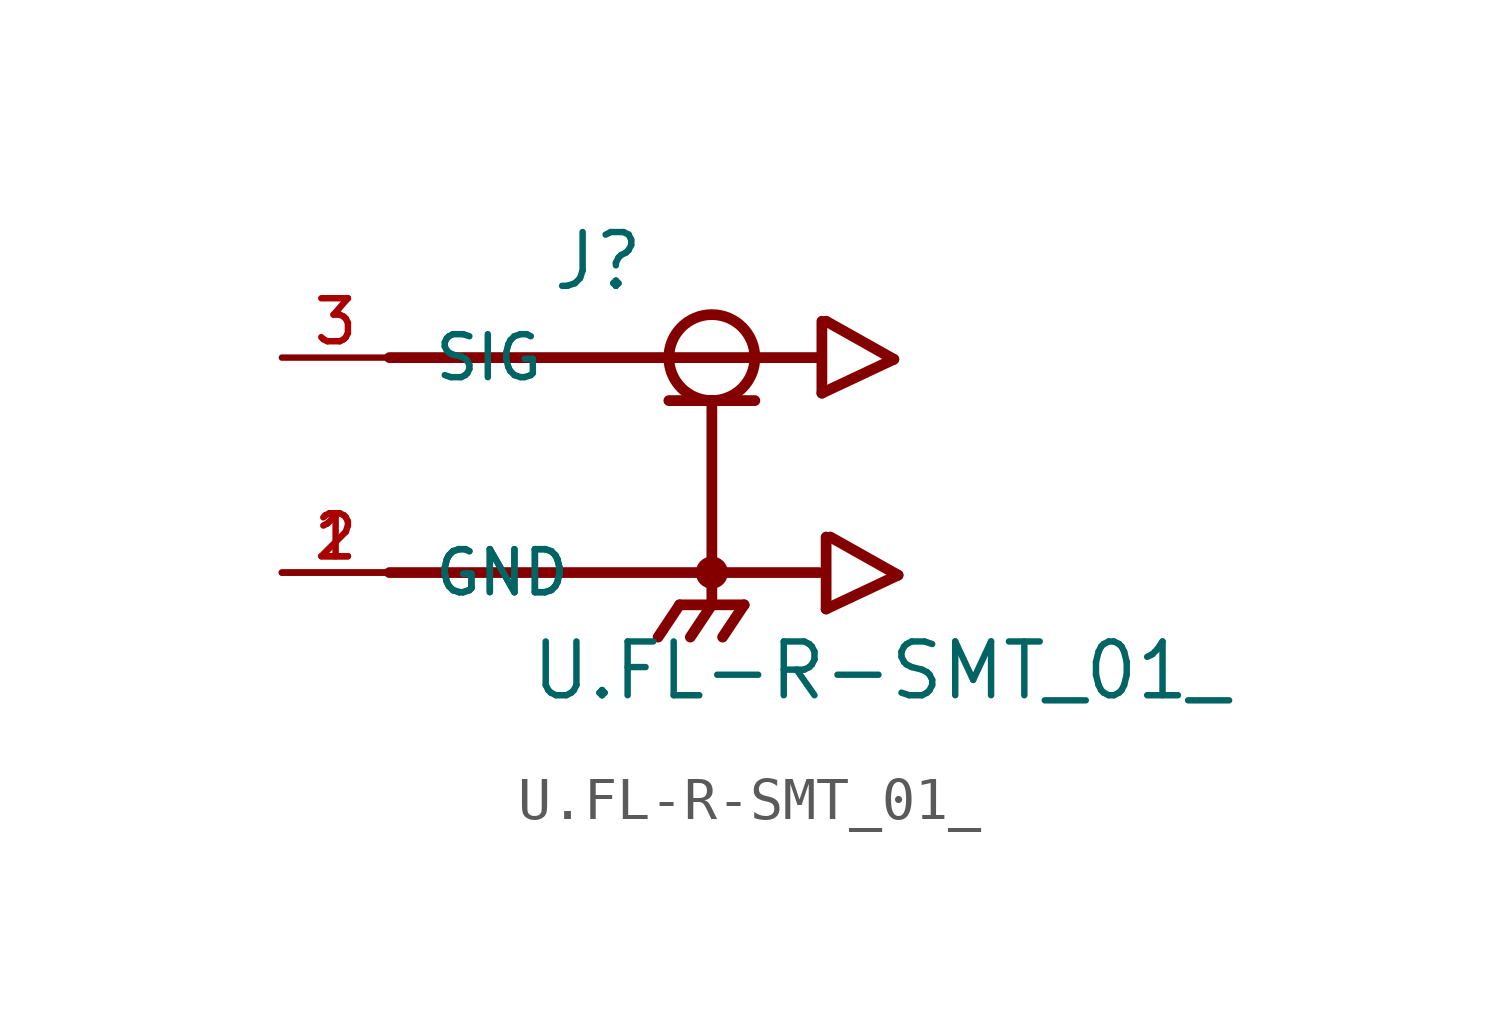
<source format=kicad_sym>
(kicad_symbol_lib
  (version 20211014)
  (generator kicad_symbol_editor)
  (symbol "U.FL-R-SMT_01_"
    (pin_names
      (offset 1.016))
    (property "Reference" "J"
      (at -3.819 4.073 0)
      (effects (font (size 1.27 1.27)) (justify bottom left)))
    (property "Value" "U.FL-R-SMT_01_"
      (at -4.328 -5.601 0)
      (effects (font (size 1.27 1.27)) (justify bottom left)))
    (symbol "U.FL-R-SMT_01__0_0"
      (circle (center 0.0 2.54) (radius 1.016) (stroke (width 0.254)) (fill (type none)))
      (polyline (pts (xy -1.016 1.524) (xy 0.0 1.524)) (stroke (width 0.254)))
      (polyline (pts (xy 0.0 1.524) (xy 1.016 1.524)) (stroke (width 0.254)))
      (polyline (pts (xy 0.0 1.524) (xy 0.0 -2.54)) (stroke (width 0.254)))
      (circle (center 0.0 -2.54) (radius 0.254) (stroke (width 0.254)) (fill (type none)))
      (polyline (pts (xy -7.62 2.54) (xy 2.54 2.54)) (stroke (width 0.254)))
      (polyline (pts (xy 2.54 -2.54) (xy 0.0 -2.54)) (stroke (width 0.254)))
      (polyline (pts (xy 0.0 -2.54) (xy 0.0 -3.302)) (stroke (width 0.254)))
      (polyline (pts (xy 0.0 -3.302) (xy -0.762 -3.302)) (stroke (width 0.254)))
      (polyline (pts (xy 0.0 -3.302) (xy 0.762 -3.302)) (stroke (width 0.254)))
      (polyline (pts (xy -0.762 -3.302) (xy -1.27 -4.064)) (stroke (width 0.254)))
      (polyline (pts (xy 0.0 -3.302) (xy -0.508 -4.064)) (stroke (width 0.254)))
      (polyline (pts (xy 0.762 -3.302) (xy 0.254 -4.064)) (stroke (width 0.254)))
      (polyline (pts (xy 2.6 3.4) (xy 2.6 1.7)) (stroke (width 0.254)))
      (polyline (pts (xy 2.6 1.7) (xy 4.3 2.5)) (stroke (width 0.254)))
      (polyline (pts (xy 4.3 2.5) (xy 2.7 3.4)) (stroke (width 0.254)))
      (polyline (pts (xy -7.62 -2.54) (xy 0.0 -2.54)) (stroke (width 0.254)))
      (polyline (pts (xy 2.7 -1.7) (xy 2.7 -3.4)) (stroke (width 0.254)))
      (polyline (pts (xy 2.7 -3.4) (xy 4.4 -2.6)) (stroke (width 0.254)))
      (polyline (pts (xy 4.4 -2.6) (xy 2.8 -1.7)) (stroke (width 0.254)))
      (pin passive line (at -10.16 2.54 0) (length 2.54) (name "SIG" (effects (font (size 1.016 1.016)))) (number "3" (effects (font (size 1.016 1.016)))))
      (pin passive line (at -10.16 -2.54 0) (length 2.54) (name "GND" (effects (font (size 1.016 1.016)))) (number "1" (effects (font (size 1.016 1.016)))))
      (pin passive line (at -10.16 -2.54 0) (length 2.54) (name "GND" (effects (font (size 1.016 1.016)))) (number "2" (effects (font (size 1.016 1.016))))))))
</source>
